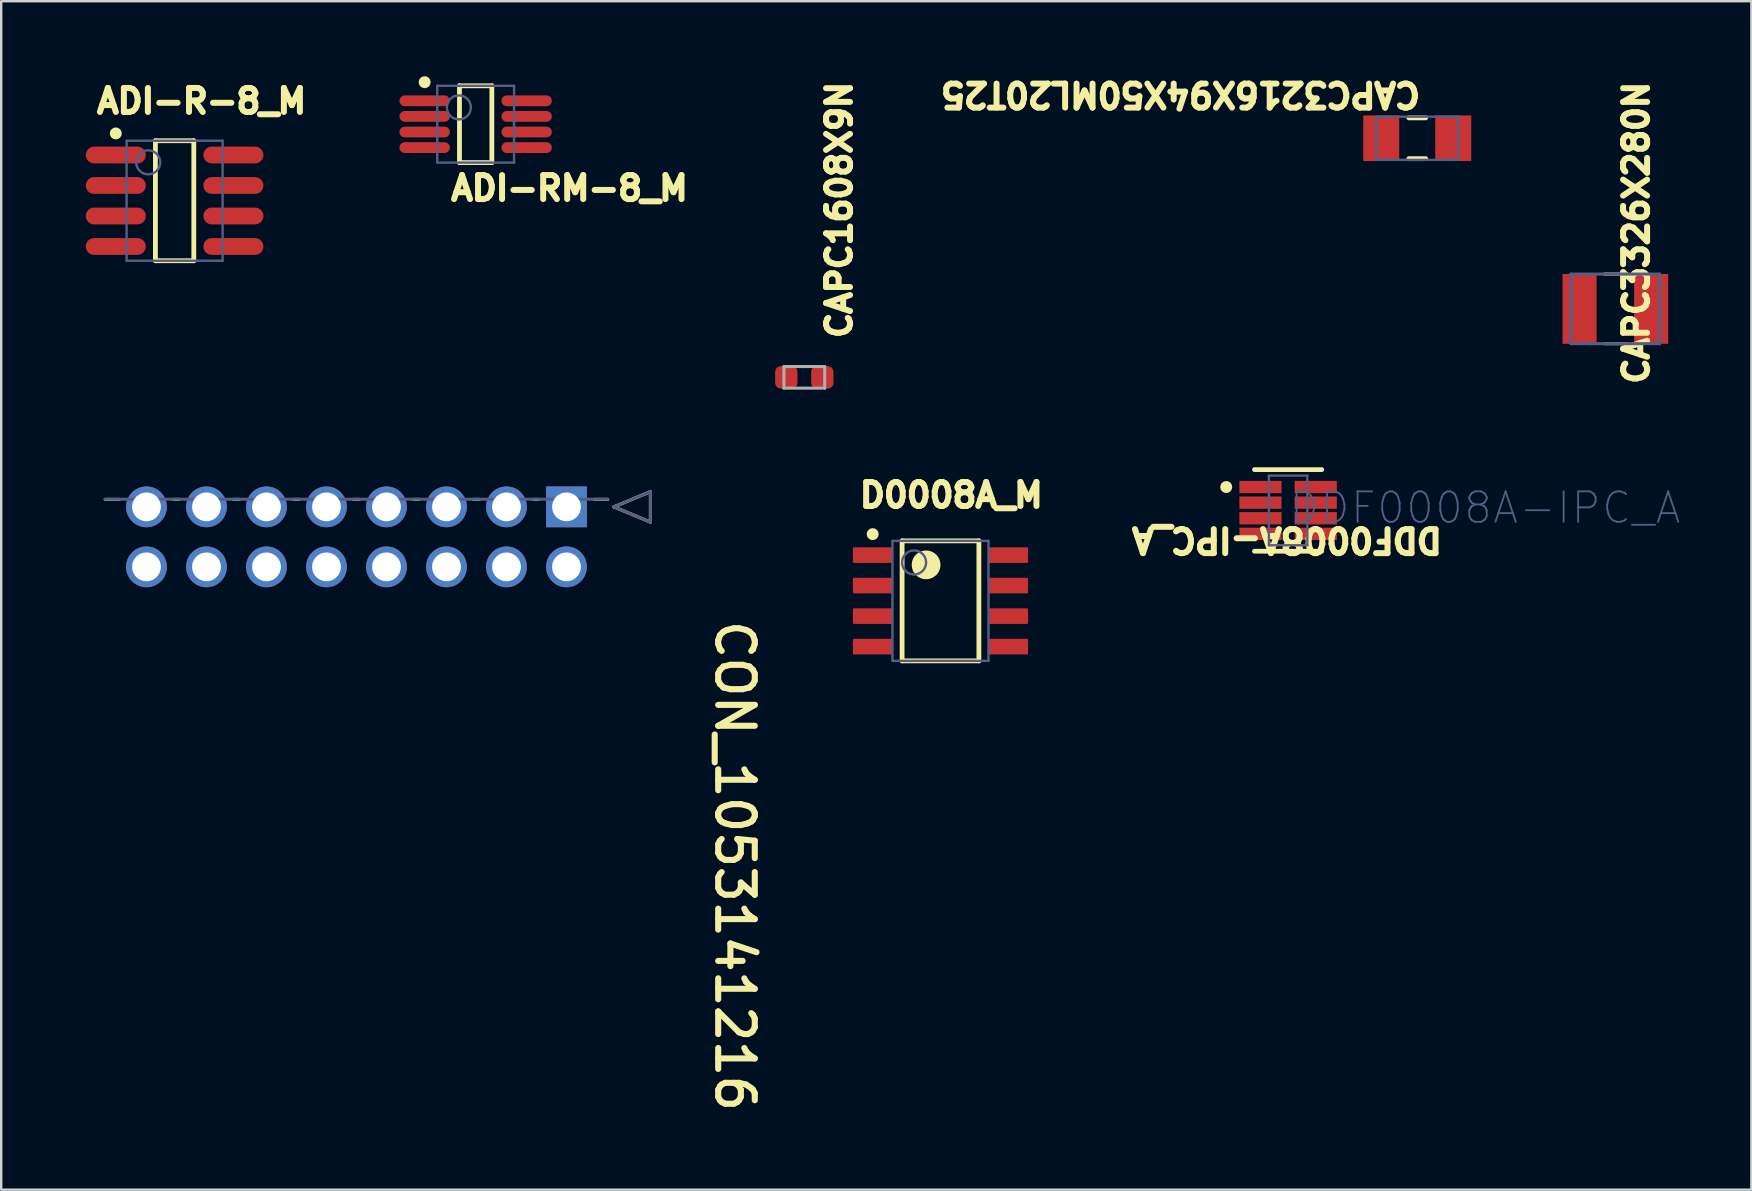
<source format=kicad_pcb>
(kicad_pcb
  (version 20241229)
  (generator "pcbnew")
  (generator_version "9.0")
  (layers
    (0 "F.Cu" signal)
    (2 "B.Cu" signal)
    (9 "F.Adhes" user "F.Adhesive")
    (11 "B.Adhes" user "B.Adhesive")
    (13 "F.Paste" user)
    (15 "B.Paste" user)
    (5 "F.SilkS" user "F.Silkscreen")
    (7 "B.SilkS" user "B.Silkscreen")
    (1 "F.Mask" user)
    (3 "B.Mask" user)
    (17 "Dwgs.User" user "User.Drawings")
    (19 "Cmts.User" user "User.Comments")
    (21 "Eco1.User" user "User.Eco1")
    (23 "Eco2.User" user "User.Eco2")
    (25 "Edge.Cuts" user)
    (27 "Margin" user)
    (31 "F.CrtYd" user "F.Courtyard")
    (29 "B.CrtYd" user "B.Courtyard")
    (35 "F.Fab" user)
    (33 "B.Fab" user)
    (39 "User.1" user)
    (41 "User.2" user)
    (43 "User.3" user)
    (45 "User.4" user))
  (footprint "CAPC3216X94X50ML20T25"
    (layer "F.Cu")
    (at 56.002 2.71)
    (property "Reference" "CAPC3216X94X50ML20T25" (at 0.254 -2.413 180) (unlocked yes) (layer "F.SilkS") (effects (font (size 1 1) (thickness 0.254)) (justify left bottom)))
    (fp_line (start 0.35 -0.85) (end -0.35 -0.85) (stroke (width 0.2) (type solid)) (layer "F.SilkS"))
    (fp_line (start 0.35 0.85) (end -0.35 0.85) (stroke (width 0.2) (type solid)) (layer "F.SilkS"))
    (fp_line (start -2.75 -1.45) (end -2.75 1.45) (stroke (width 0.05) (type solid)) (layer "Eco1.User"))
    (fp_line (start 0 -0.5) (end 0 0.5) (stroke (width 0.1) (type solid)) (layer "Eco1.User"))
    (fp_line (start 0.5 0) (end -0.5 0) (stroke (width 0.1) (type solid)) (layer "Eco1.User"))
    (fp_line (start 2.75 -1.45) (end -2.75 -1.45) (stroke (width 0.05) (type solid)) (layer "Eco1.User"))
    (fp_line (start 2.75 -1.45) (end 2.75 1.45) (stroke (width 0.05) (type solid)) (layer "Eco1.User"))
    (fp_line (start 2.75 1.45) (end -2.75 1.45) (stroke (width 0.05) (type solid)) (layer "Eco1.User"))
    (fp_line (start -1.7 -0.9) (end -1.7 0.9) (stroke (width 0.1) (type solid)) (layer "B.Fab"))
    (fp_line (start 1.7 -0.9) (end -1.7 -0.9) (stroke (width 0.1) (type solid)) (layer "B.Fab"))
    (fp_line (start 1.7 -0.9) (end 1.7 0.9) (stroke (width 0.1) (type solid)) (layer "B.Fab"))
    (fp_line (start 1.7 0.9) (end -1.7 0.9) (stroke (width 0.1) (type solid)) (layer "B.Fab"))
    (pad "1" smd rect (at -1.5 0 90) (size 1.9 1.5) (layers "F.Cu" "F.Mask" "F.Paste"))
    (pad "2" smd rect (at 1.5 0 90) (size 1.9 1.5) (layers "F.Cu" "F.Mask" "F.Paste")))
  (footprint "ADI-R-8_M"
    (layer "F.Cu")
    (at 4.225 5.314)
    (property "Reference" "ADI-R-8_M" (at -3.373 -3.564 0) (unlocked yes) (layer "F.SilkS") (effects (font (size 1 1) (thickness 0.254)) (justify left bottom)))
    (fp_line (start -0.8 -2.5) (end 0.8 -2.5) (stroke (width 0.2) (type solid)) (layer "F.SilkS"))
    (fp_line (start -0.8 2.5) (end -0.8 -2.5) (stroke (width 0.2) (type solid)) (layer "F.SilkS"))
    (fp_line (start -0.8 2.5) (end 0.8 2.5) (stroke (width 0.2) (type solid)) (layer "F.SilkS"))
    (fp_line (start 0.8 2.5) (end 0.8 -2.5) (stroke (width 0.2) (type solid)) (layer "F.SilkS"))
    (fp_circle (center -2.45 -2.805) (end -2.45 -2.93) (stroke (width 0.25) (type solid)) (fill no) (layer "F.SilkS"))
    (fp_line (start -4.2 -3) (end 4.2 -3) (stroke (width 0.05) (type solid)) (layer "Eco1.User"))
    (fp_line (start -4.2 3) (end -4.2 -3) (stroke (width 0.05) (type solid)) (layer "Eco1.User"))
    (fp_line (start -4.2 3) (end 4.2 3) (stroke (width 0.05) (type solid)) (layer "Eco1.User"))
    (fp_line (start -0.5 0) (end 0.5 0) (stroke (width 0.1) (type solid)) (layer "Eco1.User"))
    (fp_line (start 0 0.5) (end 0 -0.5) (stroke (width 0.1) (type solid)) (layer "Eco1.User"))
    (fp_line (start 4.2 3) (end 4.2 -3) (stroke (width 0.05) (type solid)) (layer "Eco1.User"))
    (fp_line (start -2 -2.5) (end 2 -2.5) (stroke (width 0.1) (type solid)) (layer "B.Fab"))
    (fp_line (start -2 2.5) (end -2 -2.5) (stroke (width 0.1) (type solid)) (layer "B.Fab"))
    (fp_line (start -2 2.5) (end 2 2.5) (stroke (width 0.1) (type solid)) (layer "B.Fab"))
    (fp_line (start 2 2.5) (end 2 -2.5) (stroke (width 0.1) (type solid)) (layer "B.Fab"))
    (fp_circle (center -1.1 -1.6) (end -1.1 -2.1) (stroke (width 0.1) (type solid)) (fill no) (layer "B.Fab"))
    (pad "1" smd oval (at -2.45 -1.905 90) (size 0.7 2.5) (layers "F.Cu" "F.Mask" "F.Paste"))
    (pad "2" smd oval (at -2.45 -0.635 90) (size 0.7 2.5) (layers "F.Cu" "F.Mask" "F.Paste"))
    (pad "3" smd oval (at -2.45 0.635 90) (size 0.7 2.5) (layers "F.Cu" "F.Mask" "F.Paste"))
    (pad "4" smd oval (at -2.45 1.905 90) (size 0.7 2.5) (layers "F.Cu" "F.Mask" "F.Paste"))
    (pad "5" smd oval (at 2.45 1.905 90) (size 0.7 2.5) (layers "F.Cu" "F.Mask" "F.Paste"))
    (pad "6" smd oval (at 2.45 0.635 90) (size 0.7 2.5) (layers "F.Cu" "F.Mask" "F.Paste"))
    (pad "7" smd oval (at 2.45 -0.635 90) (size 0.7 2.5) (layers "F.Cu" "F.Mask" "F.Paste"))
    (pad "8" smd oval (at 2.45 -1.905 90) (size 0.7 2.5) (layers "F.Cu" "F.Mask" "F.Paste")))
  (footprint "D0008A_M"
    (layer "F.Cu")
    (at 36.137 21.986)
    (property "Reference" "D0008A_M" (at -3.5 -3.818 0) (unlocked yes) (layer "F.SilkS") (effects (font (size 1 1) (thickness 0.254)) (justify left bottom)))
    (fp_line (start -1.6 -2.5) (end 1.6 -2.5) (stroke (width 0.2) (type solid)) (layer "F.SilkS"))
    (fp_line (start -1.6 2.5) (end -1.6 -2.5) (stroke (width 0.2) (type solid)) (layer "F.SilkS"))
    (fp_line (start -1.6 2.5) (end 1.6 2.5) (stroke (width 0.2) (type solid)) (layer "F.SilkS"))
    (fp_line (start 1.6 2.5) (end 1.6 -2.5) (stroke (width 0.2) (type solid)) (layer "F.SilkS"))
    (fp_circle (center -2.825 -2.78) (end -2.825 -2.905) (stroke (width 0.25) (type solid)) (fill no) (layer "F.SilkS"))
    (fp_circle (center -0.6 -1.5) (end -0.6 -1.8) (stroke (width 0.6) (type solid)) (fill no) (layer "F.SilkS"))
    (fp_line (start -4.15 -3) (end 4.15 -3) (stroke (width 0.05) (type solid)) (layer "Eco1.User"))
    (fp_line (start -4.15 3) (end -4.15 -3) (stroke (width 0.05) (type solid)) (layer "Eco1.User"))
    (fp_line (start -4.15 3) (end 4.15 3) (stroke (width 0.05) (type solid)) (layer "Eco1.User"))
    (fp_line (start -0.5 0) (end 0.5 0) (stroke (width 0.1) (type solid)) (layer "Eco1.User"))
    (fp_line (start 0 0.5) (end 0 -0.5) (stroke (width 0.1) (type solid)) (layer "Eco1.User"))
    (fp_line (start 4.15 3) (end 4.15 -3) (stroke (width 0.05) (type solid)) (layer "Eco1.User"))
    (fp_line (start -2 -2.5) (end 2 -2.5) (stroke (width 0.1) (type solid)) (layer "B.Fab"))
    (fp_line (start -2 2.5) (end -2 -2.5) (stroke (width 0.1) (type solid)) (layer "B.Fab"))
    (fp_line (start -2 2.5) (end 2 2.5) (stroke (width 0.1) (type solid)) (layer "B.Fab"))
    (fp_line (start 2 2.5) (end 2 -2.5) (stroke (width 0.1) (type solid)) (layer "B.Fab"))
    (fp_circle (center -1.1 -1.6) (end -1.1 -2.1) (stroke (width 0.1) (type solid)) (fill no) (layer "B.Fab"))
    (fp_text user "${REFERENCE}" (at -1.397 0.254 0) (unlocked yes) (layer "User.1") (effects (font (size 0.6 0.6) (thickness 0.1))))
    (pad "1" smd roundrect (at -2.825 -1.905 90) (size 0.65 1.65) (layers "F.Cu" "F.Mask" "F.Paste") (roundrect_rratio 0.075))
    (pad "2" smd roundrect (at -2.825 -0.635 90) (size 0.65 1.65) (layers "F.Cu" "F.Mask" "F.Paste") (roundrect_rratio 0.075))
    (pad "3" smd roundrect (at -2.825 0.635 90) (size 0.65 1.65) (layers "F.Cu" "F.Mask" "F.Paste") (roundrect_rratio 0.075))
    (pad "4" smd roundrect (at -2.825 1.905 90) (size 0.65 1.65) (layers "F.Cu" "F.Mask" "F.Paste") (roundrect_rratio 0.075))
    (pad "5" smd roundrect (at 2.825 1.905 90) (size 0.65 1.65) (layers "F.Cu" "F.Mask" "F.Paste") (roundrect_rratio 0.075))
    (pad "6" smd roundrect (at 2.825 0.635 90) (size 0.65 1.65) (layers "F.Cu" "F.Mask" "F.Paste") (roundrect_rratio 0.075))
    (pad "7" smd roundrect (at 2.825 -0.635 90) (size 0.65 1.65) (layers "F.Cu" "F.Mask" "F.Paste") (roundrect_rratio 0.075))
    (pad "8" smd roundrect (at 2.825 -1.905 90) (size 0.65 1.65) (layers "F.Cu" "F.Mask" "F.Paste") (roundrect_rratio 0.075)))
  (footprint "CAPC1608X9N"
    (layer "F.Cu")
    (at 30.463 12.673)
    (property "Reference" "CAPC1608X9N" (at 2.04 -1.504 90) (unlocked yes) (layer "F.SilkS") (effects (font (size 1 1) (thickness 0.254)) (justify left bottom)))
    (fp_line (start -1.47 -0.72) (end -1.47 0.72) (stroke (width 0.05) (type solid)) (layer "Eco1.User"))
    (fp_line (start -1.47 -0.72) (end 1.47 -0.72) (stroke (width 0.05) (type solid)) (layer "Eco1.User"))
    (fp_line (start -1.47 0.72) (end 1.47 0.72) (stroke (width 0.05) (type solid)) (layer "Eco1.User"))
    (fp_line (start 1.47 -0.72) (end 1.47 0.72) (stroke (width 0.05) (type solid)) (layer "Eco1.User"))
    (fp_line (start -0.85 -0.45) (end -0.85 0.45) (stroke (width 0.127) (type solid)) (layer "F.Fab"))
    (fp_line (start -0.85 -0.45) (end 0.85 -0.45) (stroke (width 0.127) (type solid)) (layer "F.Fab"))
    (fp_line (start -0.85 0.45) (end 0.85 0.45) (stroke (width 0.127) (type solid)) (layer "F.Fab"))
    (fp_line (start 0.85 -0.45) (end 0.85 0.45) (stroke (width 0.127) (type solid)) (layer "F.Fab"))
    (pad "1" smd roundrect (at -0.75 0 180) (size 0.93 0.93) (layers "F.Cu" "F.Mask" "F.Paste") (roundrect_rratio 0.25))
    (pad "2" smd roundrect (at 0.75 0 180) (size 0.93 0.93) (layers "F.Cu" "F.Mask" "F.Paste") (roundrect_rratio 0.25)))
  (footprint "CAPC3326X280N"
    (layer "F.Cu")
    (at 64.256 9.82)
    (property "Reference" "CAPC3326X280N" (at 1.458 3.254 90) (unlocked yes) (layer "F.SilkS") (effects (font (size 1 1) (thickness 0.254)) (justify left bottom)))
    (fp_line (start 0.46 -1.45) (end -0.46 -1.45) (stroke (width 0.127) (type solid)) (layer "F.SilkS"))
    (fp_line (start 0.46 1.45) (end -0.46 1.45) (stroke (width 0.127) (type solid)) (layer "F.SilkS"))
    (fp_line (start -2.454 1.705) (end -2.454 -1.705) (stroke (width 0.05) (type solid)) (layer "Eco1.User"))
    (fp_line (start 2.454 -1.705) (end -2.454 -1.705) (stroke (width 0.05) (type solid)) (layer "Eco1.User"))
    (fp_line (start 2.454 1.705) (end -2.454 1.705) (stroke (width 0.05) (type solid)) (layer "Eco1.User"))
    (fp_line (start 2.454 1.705) (end 2.454 -1.705) (stroke (width 0.05) (type solid)) (layer "Eco1.User"))
    (fp_line (start -1.85 1.45) (end -1.85 -1.45) (stroke (width 0.127) (type solid)) (layer "B.Fab"))
    (fp_line (start 1.85 -1.45) (end -1.85 -1.45) (stroke (width 0.127) (type solid)) (layer "B.Fab"))
    (fp_line (start 1.85 1.45) (end -1.85 1.45) (stroke (width 0.127) (type solid)) (layer "B.Fab"))
    (fp_line (start 1.85 1.45) (end 1.85 -1.45) (stroke (width 0.127) (type solid)) (layer "B.Fab"))
    (pad "1" smd rect (at -1.492 0) (size 1.42 2.91) (layers "F.Cu" "F.Mask" "F.Paste"))
    (pad "2" smd rect (at 1.492 0) (size 1.42 2.91) (layers "F.Cu" "F.Mask" "F.Paste")))
  (footprint "CON_1053141216"
    (layer "F.Cu")
    (at 20.553 18.069)
    (property "Reference" "CON_1053141216" (at 6.122 4.6 270) (unlocked yes) (layer "F.SilkS") (effects (font (size 1.524 1.524) (thickness 0.254)) (justify left bottom)))
    (fp_line (start -18.628 -0.31) (end -19.22 -0.31) (stroke (width 0.127) (type solid)) (layer "F.SilkS"))
    (fp_line (start -16.128 -0.31) (end -16.372 -0.31) (stroke (width 0.127) (type solid)) (layer "F.SilkS"))
    (fp_line (start -13.628 -0.31) (end -13.872 -0.31) (stroke (width 0.127) (type solid)) (layer "F.SilkS"))
    (fp_line (start -11.128 -0.31) (end -11.372 -0.31) (stroke (width 0.127) (type solid)) (layer "F.SilkS"))
    (fp_line (start -8.628 -0.31) (end -8.872 -0.31) (stroke (width 0.127) (type solid)) (layer "F.SilkS"))
    (fp_line (start -6.128 -0.31) (end -6.372 -0.31) (stroke (width 0.127) (type solid)) (layer "F.SilkS"))
    (fp_line (start -3.628 -0.31) (end -3.872 -0.31) (stroke (width 0.127) (type solid)) (layer "F.SilkS"))
    (fp_line (start -1.17 -0.31) (end -1.372 -0.31) (stroke (width 0.127) (type solid)) (layer "F.SilkS"))
    (fp_line (start 1.72 -0.31) (end 1.17 -0.31) (stroke (width 0.127) (type solid)) (layer "F.SilkS"))
    (fp_line (start 1.974 0) (end 3.498 -0.635) (stroke (width 0.127) (type solid)) (layer "F.SilkS"))
    (fp_line (start 3.498 0.635) (end 1.974 0) (stroke (width 0.127) (type solid)) (layer "F.SilkS"))
    (fp_line (start 3.498 0.635) (end 3.498 -0.635) (stroke (width 0.127) (type solid)) (layer "F.SilkS"))
    (fp_line (start 2.99 -1.588) (end -20.49 -1.588) (stroke (width 0.127) (type solid)) (layer "Eco1.User"))
    (fp_line (start 1.72 -0.318) (end -19.22 -0.318) (stroke (width 0.127) (type solid)) (layer "B.Fab"))
    (fp_line (start 1.974 0) (end 3.498 -0.635) (stroke (width 0.127) (type solid)) (layer "B.Fab"))
    (fp_line (start 3.498 0.635) (end 1.974 0) (stroke (width 0.127) (type solid)) (layer "B.Fab"))
    (fp_line (start 3.498 0.635) (end 3.498 -0.635) (stroke (width 0.127) (type solid)) (layer "B.Fab"))
    (pad "1" thru_hole rect (at 0 0) (size 1.7 1.7) (drill 1.2) (layers "*.Cu" "*.Mask"))
    (pad "2" thru_hole circle (at -2.5 0) (size 1.7 1.7) (drill 1.2) (layers "*.Cu" "*.Mask"))
    (pad "3" thru_hole circle (at -5 0) (size 1.7 1.7) (drill 1.2) (layers "*.Cu" "*.Mask"))
    (pad "4" thru_hole circle (at -7.5 0) (size 1.7 1.7) (drill 1.2) (layers "*.Cu" "*.Mask"))
    (pad "5" thru_hole circle (at -10 0) (size 1.7 1.7) (drill 1.2) (layers "*.Cu" "*.Mask"))
    (pad "6" thru_hole circle (at -12.5 0) (size 1.7 1.7) (drill 1.2) (layers "*.Cu" "*.Mask"))
    (pad "7" thru_hole circle (at -15 0) (size 1.7 1.7) (drill 1.2) (layers "*.Cu" "*.Mask"))
    (pad "8" thru_hole circle (at -17.5 0) (size 1.7 1.7) (drill 1.2) (layers "*.Cu" "*.Mask"))
    (pad "9" thru_hole circle (at 0 2.5) (size 1.7 1.7) (drill 1.2) (layers "*.Cu" "*.Mask"))
    (pad "10" thru_hole circle (at -2.5 2.5) (size 1.7 1.7) (drill 1.2) (layers "*.Cu" "*.Mask"))
    (pad "11" thru_hole circle (at -5 2.5) (size 1.7 1.7) (drill 1.2) (layers "*.Cu" "*.Mask"))
    (pad "12" thru_hole circle (at -7.5 2.5) (size 1.7 1.7) (drill 1.2) (layers "*.Cu" "*.Mask"))
    (pad "13" thru_hole circle (at -10 2.5) (size 1.7 1.7) (drill 1.2) (layers "*.Cu" "*.Mask"))
    (pad "14" thru_hole circle (at -12.5 2.5) (size 1.7 1.7) (drill 1.2) (layers "*.Cu" "*.Mask"))
    (pad "15" thru_hole circle (at -15 2.5) (size 1.7 1.7) (drill 1.2) (layers "*.Cu" "*.Mask"))
    (pad "16" thru_hole circle (at -17.5 2.5) (size 1.7 1.7) (drill 1.2) (layers "*.Cu" "*.Mask")))
  (footprint "ADI-RM-8_M"
    (layer "F.Cu")
    (at 16.769 2.125)
    (property "Reference" "ADI-RM-8_M" (at -1.16 3.255 0) (unlocked yes) (layer "F.SilkS") (effects (font (size 1 1) (thickness 0.254)) (justify left bottom)))
    (fp_line (start -0.675 -1.6) (end 0.675 -1.6) (stroke (width 0.2) (type solid)) (layer "F.SilkS"))
    (fp_line (start -0.675 1.6) (end -0.675 -1.6) (stroke (width 0.2) (type solid)) (layer "F.SilkS"))
    (fp_line (start -0.675 1.6) (end 0.675 1.6) (stroke (width 0.2) (type solid)) (layer "F.SilkS"))
    (fp_line (start 0.675 1.6) (end 0.675 -1.6) (stroke (width 0.2) (type solid)) (layer "F.SilkS"))
    (fp_circle (center -2.125 -1.75) (end -2.125 -1.875) (stroke (width 0.25) (type solid)) (fill no) (layer "F.SilkS"))
    (fp_line (start -3.675 -2.1) (end 3.675 -2.1) (stroke (width 0.05) (type solid)) (layer "Eco1.User"))
    (fp_line (start -3.675 2.1) (end -3.675 -2.1) (stroke (width 0.05) (type solid)) (layer "Eco1.User"))
    (fp_line (start -3.675 2.1) (end 3.675 2.1) (stroke (width 0.05) (type solid)) (layer "Eco1.User"))
    (fp_line (start -0.5 0) (end 0.5 0) (stroke (width 0.1) (type solid)) (layer "Eco1.User"))
    (fp_line (start 0 0.5) (end 0 -0.5) (stroke (width 0.1) (type solid)) (layer "Eco1.User"))
    (fp_line (start 3.675 2.1) (end 3.675 -2.1) (stroke (width 0.05) (type solid)) (layer "Eco1.User"))
    (fp_line (start -1.6 -1.6) (end 1.6 -1.6) (stroke (width 0.1) (type solid)) (layer "B.Fab"))
    (fp_line (start -1.6 1.6) (end -1.6 -1.6) (stroke (width 0.1) (type solid)) (layer "B.Fab"))
    (fp_line (start -1.6 1.6) (end 1.6 1.6) (stroke (width 0.1) (type solid)) (layer "B.Fab"))
    (fp_line (start 1.6 1.6) (end 1.6 -1.6) (stroke (width 0.1) (type solid)) (layer "B.Fab"))
    (fp_circle (center -0.7 -0.7) (end -0.7 -1.2) (stroke (width 0.1) (type solid)) (fill no) (layer "B.Fab"))
    (pad "1" smd oval (at -2.125 -0.975 90) (size 0.45 2.1) (layers "F.Cu" "F.Mask" "F.Paste"))
    (pad "2" smd oval (at -2.125 -0.325 90) (size 0.45 2.1) (layers "F.Cu" "F.Mask" "F.Paste"))
    (pad "3" smd oval (at -2.125 0.325 90) (size 0.45 2.1) (layers "F.Cu" "F.Mask" "F.Paste"))
    (pad "4" smd oval (at -2.125 0.975 90) (size 0.45 2.1) (layers "F.Cu" "F.Mask" "F.Paste"))
    (pad "5" smd oval (at 2.125 0.975 90) (size 0.45 2.1) (layers "F.Cu" "F.Mask" "F.Paste"))
    (pad "6" smd oval (at 2.125 0.325 90) (size 0.45 2.1) (layers "F.Cu" "F.Mask" "F.Paste"))
    (pad "7" smd oval (at 2.125 -0.325 90) (size 0.45 2.1) (layers "F.Cu" "F.Mask" "F.Paste"))
    (pad "8" smd oval (at 2.125 -0.975 90) (size 0.45 2.1) (layers "F.Cu" "F.Mask" "F.Paste")))
  (footprint "DDF0008A-IPC_A"
    (layer "F.Cu")
    (at 50.621 18.218)
    (property "Reference" "DDF0008A-IPC_A" (at 6.544 0.643 180) (unlocked yes) (layer "F.SilkS") (effects (font (size 1 1) (thickness 0.254)) (justify left bottom)))
    (fp_line (start -1.4 -1.7) (end 1.4 -1.7) (stroke (width 0.2) (type solid)) (layer "F.SilkS"))
    (fp_line (start -1.4 1.7) (end 1.4 1.7) (stroke (width 0.2) (type solid)) (layer "F.SilkS"))
    (fp_circle (center -2.579 -0.975) (end -2.454 -0.975) (stroke (width 0.25) (type solid)) (fill no) (layer "F.SilkS"))
    (fp_line (start -0.8 -1.45) (end -0.8 1.45) (stroke (width 0.1) (type solid)) (layer "B.Fab"))
    (fp_line (start -0.8 -1.45) (end 0.8 -1.45) (stroke (width 0.1) (type solid)) (layer "B.Fab"))
    (fp_line (start -0.8 1.45) (end 0.8 1.45) (stroke (width 0.1) (type solid)) (layer "B.Fab"))
    (fp_line (start 0.8 -1.45) (end 0.8 1.45) (stroke (width 0.1) (type solid)) (layer "B.Fab"))
    (fp_text user "${REFERENCE}" (at 0 0.635 0) (unlocked yes) (layer "B.Fab") (effects (font (size 1.27 1.27) (thickness 0.076)) (justify left bottom)))
    (pad "1" smd rect (at -1.151 -0.975) (size 1.757 0.512) (layers "F.Cu" "F.Mask" "F.Paste"))
    (pad "2" smd rect (at -1.151 -0.325) (size 1.757 0.512) (layers "F.Cu" "F.Mask" "F.Paste"))
    (pad "3" smd rect (at -1.151 0.325) (size 1.757 0.512) (layers "F.Cu" "F.Mask" "F.Paste"))
    (pad "4" smd rect (at -1.151 0.975) (size 1.757 0.512) (layers "F.Cu" "F.Mask" "F.Paste"))
    (pad "5" smd rect (at 1.151 0.975) (size 1.757 0.512) (layers "F.Cu" "F.Mask" "F.Paste"))
    (pad "6" smd rect (at 1.151 0.325) (size 1.757 0.512) (layers "F.Cu" "F.Mask" "F.Paste"))
    (pad "7" smd rect (at 1.151 -0.325) (size 1.757 0.512) (layers "F.Cu" "F.Mask" "F.Paste"))
    (pad "8" smd rect (at 1.151 -0.975) (size 1.757 0.512) (layers "F.Cu" "F.Mask" "F.Paste")))
  (gr_rect
    (start -3 -3)
    (end 69.924 46.519)
    (stroke (width 0.1) (type default))
    (fill no)
    (layer "Edge.Cuts")))
</source>
